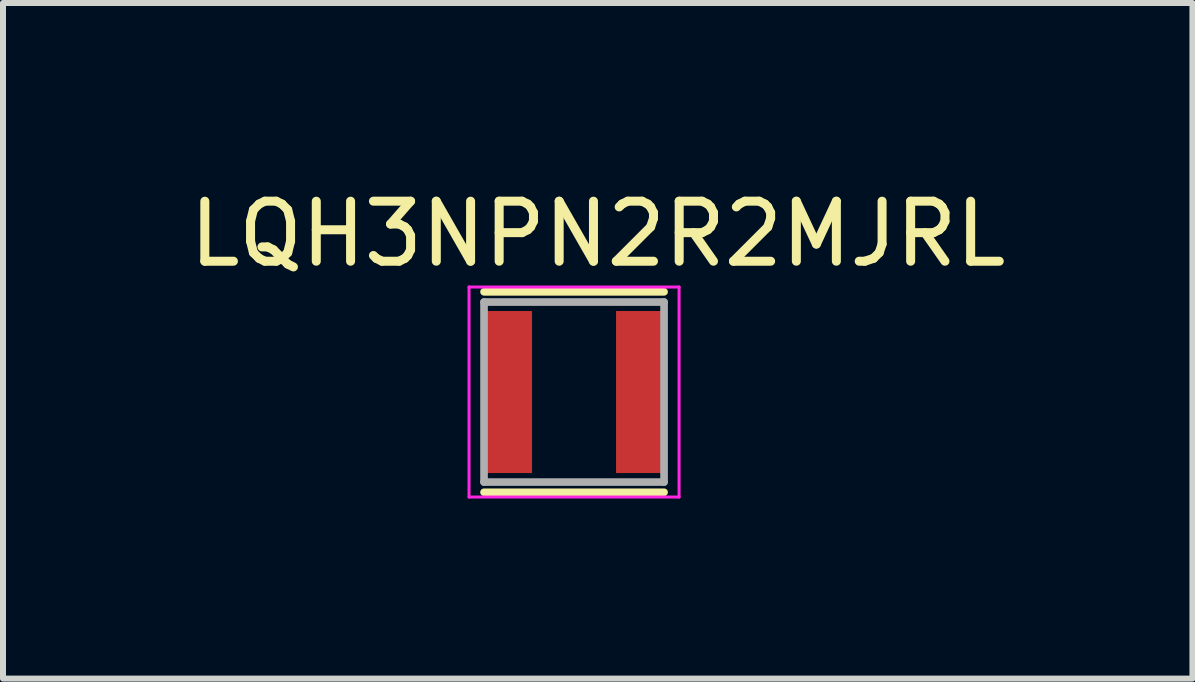
<source format=kicad_pcb>
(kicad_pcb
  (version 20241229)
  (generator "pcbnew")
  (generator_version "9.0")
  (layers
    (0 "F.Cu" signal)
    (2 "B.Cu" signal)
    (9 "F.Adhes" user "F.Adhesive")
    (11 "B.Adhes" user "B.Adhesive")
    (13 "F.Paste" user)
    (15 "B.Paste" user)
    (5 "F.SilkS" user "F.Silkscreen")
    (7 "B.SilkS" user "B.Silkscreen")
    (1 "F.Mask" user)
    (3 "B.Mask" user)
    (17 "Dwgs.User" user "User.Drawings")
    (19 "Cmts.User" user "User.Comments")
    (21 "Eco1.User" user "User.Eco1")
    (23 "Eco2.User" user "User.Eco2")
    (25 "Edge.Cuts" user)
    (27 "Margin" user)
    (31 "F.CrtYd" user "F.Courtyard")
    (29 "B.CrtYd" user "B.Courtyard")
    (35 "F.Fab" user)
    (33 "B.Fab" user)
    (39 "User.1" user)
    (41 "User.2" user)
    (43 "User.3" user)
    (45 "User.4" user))
  (footprint "LQH3NPN2R2MJRL"
    (layer "F.Cu")
    (at 6.516 3.483)
    (property "Reference" "LQH3NPN2R2MJRL" (at 0.395 -2.635 0) (layer "F.SilkS") (effects (font (size 1 1) (thickness 0.15))))
    (attr smd)
    (fp_line (start -1.5 -1.67) (end 1.5 -1.67) (stroke (width 0.127) (type solid)) (layer "F.SilkS"))
    (fp_line (start -1.5 1.67) (end 1.5 1.67) (stroke (width 0.127) (type solid)) (layer "F.SilkS"))
    (fp_line (start -1.75 -1.75) (end 1.75 -1.75) (stroke (width 0.05) (type solid)) (layer "F.CrtYd"))
    (fp_line (start -1.75 1.75) (end -1.75 -1.75) (stroke (width 0.05) (type solid)) (layer "F.CrtYd"))
    (fp_line (start 1.75 -1.75) (end 1.75 1.75) (stroke (width 0.05) (type solid)) (layer "F.CrtYd"))
    (fp_line (start 1.75 1.75) (end -1.75 1.75) (stroke (width 0.05) (type solid)) (layer "F.CrtYd"))
    (fp_line (start -1.5 -1.5) (end 1.5 -1.5) (stroke (width 0.127) (type solid)) (layer "F.Fab"))
    (fp_line (start -1.5 1.5) (end -1.5 -1.5) (stroke (width 0.127) (type solid)) (layer "F.Fab"))
    (fp_line (start 1.5 -1.5) (end 1.5 1.5) (stroke (width 0.127) (type solid)) (layer "F.Fab"))
    (fp_line (start 1.5 1.5) (end -1.5 1.5) (stroke (width 0.127) (type solid)) (layer "F.Fab"))
    (pad "1" smd rect (at -1.1 0) (size 0.8 2.7) (layers "F.Cu" "F.Mask" "F.Paste"))
    (pad "2" smd rect (at 1.1 0 180) (size 0.8 2.7) (layers "F.Cu" "F.Mask" "F.Paste")))
  (gr_rect
    (start -3 -3)
    (end 16.821 8.258)
    (stroke (width 0.1) (type default))
    (fill no)
    (layer "Edge.Cuts")))
</source>
